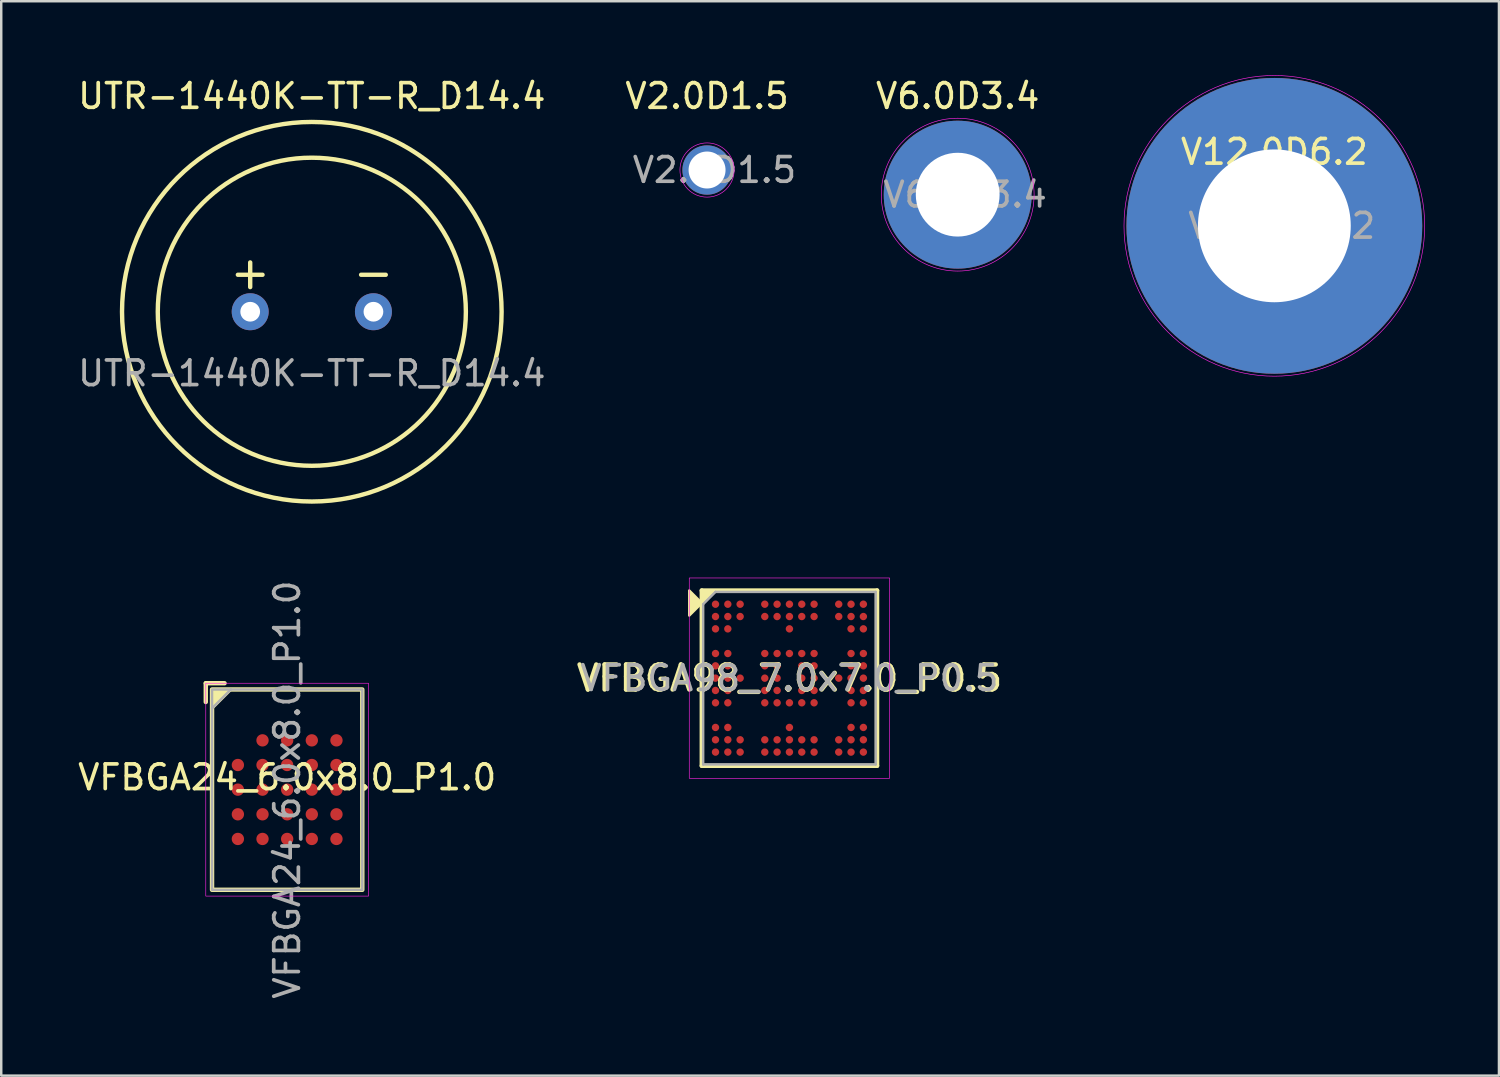
<source format=kicad_pcb>
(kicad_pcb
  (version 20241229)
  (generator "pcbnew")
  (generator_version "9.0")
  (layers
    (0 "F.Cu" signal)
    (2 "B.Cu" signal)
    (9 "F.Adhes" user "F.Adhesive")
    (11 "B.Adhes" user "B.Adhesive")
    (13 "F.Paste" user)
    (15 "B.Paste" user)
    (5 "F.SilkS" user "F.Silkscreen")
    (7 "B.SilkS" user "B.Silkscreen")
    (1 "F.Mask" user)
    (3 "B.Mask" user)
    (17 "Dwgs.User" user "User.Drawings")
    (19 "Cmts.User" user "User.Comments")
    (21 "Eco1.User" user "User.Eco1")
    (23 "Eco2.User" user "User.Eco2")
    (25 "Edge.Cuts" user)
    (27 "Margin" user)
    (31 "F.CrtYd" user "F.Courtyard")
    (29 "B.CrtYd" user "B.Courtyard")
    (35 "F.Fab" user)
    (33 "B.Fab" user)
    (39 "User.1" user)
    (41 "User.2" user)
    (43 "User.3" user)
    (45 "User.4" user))
  (footprint "VFBGA24_6.0x8.0_P1.0"
    (layer "F.Cu")
    (at 8.601 28.988)
    (property "Reference" "VFBGA24_6.0x8.0_P1.0" (at 0 -0.5 0) (unlocked yes) (layer "F.SilkS") (effects (font (size 1 1) (thickness 0.15))))
    (attr smd)
    (fp_line (start -3.302 -3.556) (end -3.302 -4.318) (stroke (width 0.178) (type solid)) (layer "F.SilkS"))
    (fp_line (start -2.54 -4.318) (end -3.302 -4.318) (stroke (width 0.178) (type solid)) (layer "F.SilkS"))
    (fp_rect (start -3.048 4.064) (end 3.048 -4.064) (stroke (width 0.178) (type solid)) (fill no) (layer "F.SilkS"))
    (fp_poly (pts (xy -3.048 -3.302) (xy -3.048 -4.064) (xy -2.286 -4.064)) (stroke (width 0.12) (type solid)) (fill yes) (layer "F.SilkS"))
    (fp_rect (start -3.302 4.318) (end 3.302 -4.318) (stroke (width 0.025) (type solid)) (fill no) (layer "F.CrtYd"))
    (fp_line (start -3.048 -3.302) (end -2.286 -4.064) (stroke (width 0.1) (type solid)) (layer "F.Fab"))
    (fp_rect (start -3.048 -4.064) (end 3.048 4.064) (stroke (width 0.1) (type solid)) (fill no) (layer "F.Fab"))
    (fp_text user "${REFERENCE}" (at 0 0 90) (unlocked yes) (layer "F.Fab") (effects (font (size 1 1) (thickness 0.15))))
    (pad "A2" smd circle (at -1 -2) (size 0.5 0.5) (layers "F.Cu" "F.Mask" "F.Paste"))
    (pad "A3" smd circle (at 0 -2) (size 0.5 0.5) (layers "F.Cu" "F.Mask" "F.Paste"))
    (pad "A4" smd circle (at 1 -2) (size 0.5 0.5) (layers "F.Cu" "F.Mask" "F.Paste"))
    (pad "A5" smd circle (at 2 -2) (size 0.5 0.5) (layers "F.Cu" "F.Mask" "F.Paste"))
    (pad "B1" smd circle (at -2 -1) (size 0.5 0.5) (layers "F.Cu" "F.Mask" "F.Paste"))
    (pad "B2" smd circle (at -1 -1) (size 0.5 0.5) (layers "F.Cu" "F.Mask" "F.Paste"))
    (pad "B3" smd circle (at 0 -1) (size 0.5 0.5) (layers "F.Cu" "F.Mask" "F.Paste"))
    (pad "B4" smd circle (at 1 -1) (size 0.5 0.5) (layers "F.Cu" "F.Mask" "F.Paste"))
    (pad "B5" smd circle (at 2 -1) (size 0.5 0.5) (layers "F.Cu" "F.Mask" "F.Paste"))
    (pad "C1" smd circle (at -2 0) (size 0.5 0.5) (layers "F.Cu" "F.Mask" "F.Paste"))
    (pad "C2" smd circle (at -1 0) (size 0.5 0.5) (layers "F.Cu" "F.Mask" "F.Paste"))
    (pad "C3" smd circle (at 0 0) (size 0.5 0.5) (layers "F.Cu" "F.Mask" "F.Paste"))
    (pad "C4" smd circle (at 1 0) (size 0.5 0.5) (layers "F.Cu" "F.Mask" "F.Paste"))
    (pad "C5" smd circle (at 2 0) (size 0.5 0.5) (layers "F.Cu" "F.Mask" "F.Paste"))
    (pad "D1" smd circle (at -2 1) (size 0.5 0.5) (layers "F.Cu" "F.Mask" "F.Paste"))
    (pad "D2" smd circle (at -1 1) (size 0.5 0.5) (layers "F.Cu" "F.Mask" "F.Paste"))
    (pad "D3" smd circle (at 0 1) (size 0.5 0.5) (layers "F.Cu" "F.Mask" "F.Paste"))
    (pad "D4" smd circle (at 1 1) (size 0.5 0.5) (layers "F.Cu" "F.Mask" "F.Paste"))
    (pad "D5" smd circle (at 2 1) (size 0.5 0.5) (layers "F.Cu" "F.Mask" "F.Paste"))
    (pad "E1" smd circle (at -2 2) (size 0.5 0.5) (layers "F.Cu" "F.Mask" "F.Paste"))
    (pad "E2" smd circle (at -1 2) (size 0.5 0.5) (layers "F.Cu" "F.Mask" "F.Paste"))
    (pad "E3" smd circle (at 0 2) (size 0.5 0.5) (layers "F.Cu" "F.Mask" "F.Paste"))
    (pad "E4" smd circle (at 1 2) (size 0.5 0.5) (layers "F.Cu" "F.Mask" "F.Paste"))
    (pad "E5" smd circle (at 2 2) (size 0.5 0.5) (layers "F.Cu" "F.Mask" "F.Paste")))
  (footprint "V6.0D3.4"
    (layer "F.Cu")
    (at 35.806 4.848)
    (property "Reference" "V6.0D3.4" (at 0 -4 0) (layer "F.SilkS") (effects (font (size 1 1) (thickness 0.15))))
    (attr through_hole)
    (fp_circle (center 0 0) (end 3.1 0) (stroke (width 0.025) (type solid)) (fill no) (layer "F.CrtYd"))
    (fp_text user "${REFERENCE}" (at 0.3 0 0) (layer "F.Fab") (effects (font (size 1 1) (thickness 0.15))))
    (pad "1" thru_hole circle (at 0 0) (size 6 6) (drill 3.4) (layers "*.Cu" "*.Mask")))
  (footprint "UTR-1440K-TT-R_D14.4"
    (layer "F.Cu")
    (at 9.601 9.598)
    (property "Reference" "UTR-1440K-TT-R_D14.4" (at 0 -8.75 0) (unlocked yes) (layer "F.SilkS") (effects (font (size 1 1) (thickness 0.15))))
    (attr through_hole)
    (fp_line (start -3 -1.5) (end -2 -1.5) (stroke (width 0.178) (type solid)) (layer "F.SilkS"))
    (fp_line (start -2.5 -2) (end -2.5 -1) (stroke (width 0.178) (type solid)) (layer "F.SilkS"))
    (fp_line (start 2 -1.5) (end 3 -1.5) (stroke (width 0.178) (type solid)) (layer "F.SilkS"))
    (fp_circle (center 0 0) (end 6.25 0) (stroke (width 0.178) (type solid)) (fill no) (layer "F.SilkS"))
    (fp_circle (center 0 0) (end 7.7 0) (stroke (width 0.178) (type solid)) (fill no) (layer "F.SilkS"))
    (fp_text user "${REFERENCE}" (at 0 2.5 0) (unlocked yes) (layer "F.Fab") (effects (font (size 1 1) (thickness 0.15))))
    (pad "N" thru_hole circle (at 2.5 0) (size 1.5 1.5) (drill 0.8) (layers "*.Cu" "*.Mask"))
    (pad "P" thru_hole circle (at -2.5 0) (size 1.5 1.5) (drill 0.8) (layers "*.Cu" "*.Mask")))
  (footprint "V2.0D1.5"
    (layer "F.Cu")
    (at 25.637 3.848)
    (property "Reference" "V2.0D1.5" (at 0 -3 0) (layer "F.SilkS") (effects (font (size 1 1) (thickness 0.15))))
    (attr through_hole)
    (fp_circle (center 0 0) (end 1.1 0) (stroke (width 0.025) (type solid)) (fill no) (layer "F.CrtYd"))
    (fp_text user "${REFERENCE}" (at 0.3 0 0) (layer "F.Fab") (effects (font (size 1 1) (thickness 0.15))))
    (pad "1" thru_hole circle (at 0 0) (size 2 2) (drill 1.5) (layers "*.Cu" "*.Mask")))
  (footprint "V12.0D6.2"
    (layer "F.Cu")
    (at 48.653 6.113)
    (property "Reference" "V12.0D6.2" (at 0 -3 0) (layer "F.SilkS") (effects (font (size 1 1) (thickness 0.15))))
    (attr through_hole)
    (fp_circle (center 0 0) (end 6.1 0) (stroke (width 0.025) (type solid)) (fill no) (layer "F.CrtYd"))
    (fp_text user "${REFERENCE}" (at 0.3 0 0) (layer "F.Fab") (effects (font (size 1 1) (thickness 0.15))))
    (pad "1" thru_hole circle (at 0 0) (size 12 12) (drill 6.2) (layers "*.Cu" "*.Mask")))
  (footprint "VFBGA98_7.0x7.0_P0.5"
    (layer "F.Cu")
    (at 28.979 24.464)
    (property "Reference" "VFBGA98_7.0x7.0_P0.5" (at 0 0 0) (layer "F.SilkS") (effects (font (size 1.016 1.016) (thickness 0.178))))
    (attr smd)
    (fp_line (start -3.556 3.556) (end -3.556 -3.556) (stroke (width 0.178) (type solid)) (layer "F.SilkS"))
    (fp_line (start -3.556 3.556) (end 3.556 3.556) (stroke (width 0.178) (type solid)) (layer "F.SilkS"))
    (fp_line (start 3.556 -3.556) (end -3.556 -3.556) (stroke (width 0.178) (type solid)) (layer "F.SilkS"))
    (fp_line (start 3.556 -3.556) (end 3.556 3.556) (stroke (width 0.178) (type solid)) (layer "F.SilkS"))
    (fp_poly (pts (xy -3.556 -3.048) (xy -4.064 -2.54) (xy -4.064 -3.556)) (stroke (width 0.1) (type solid)) (fill yes) (layer "F.SilkS"))
    (fp_poly (pts (xy -3.556 -3.048) (xy -3.556 -3.556) (xy -3.048 -3.556)) (stroke (width 0.1) (type solid)) (fill yes) (layer "F.SilkS"))
    (fp_rect (start -4.064 -4.064) (end 4.064 4.064) (stroke (width 0.025) (type solid)) (fill no) (layer "F.CrtYd"))
    (fp_line (start -3.5 -3) (end -3.5 3.5) (stroke (width 0.1) (type solid)) (layer "F.Fab"))
    (fp_line (start -3.5 -3) (end -3 -3.5) (stroke (width 0.1) (type solid)) (layer "F.Fab"))
    (fp_line (start -3.5 3.5) (end 3.5 3.5) (stroke (width 0.1) (type solid)) (layer "F.Fab"))
    (fp_line (start -3 -3.5) (end 3.5 -3.5) (stroke (width 0.1) (type solid)) (layer "F.Fab"))
    (fp_line (start 3.5 -3.5) (end 3.5 3.5) (stroke (width 0.1) (type solid)) (layer "F.Fab"))
    (fp_text user "${REFERENCE}" (at 0 0 0) (layer "F.Fab") (effects (font (size 1 1) (thickness 0.15))))
    (pad "A1" smd circle (at -3 -3) (size 0.3 0.3) (layers "F.Cu" "F.Mask" "F.Paste"))
    (pad "A2" smd circle (at -2.5 -3) (size 0.3 0.3) (layers "F.Cu" "F.Mask" "F.Paste"))
    (pad "A3" smd circle (at -2 -3) (size 0.3 0.3) (layers "F.Cu" "F.Mask" "F.Paste"))
    (pad "A5" smd circle (at -1 -3) (size 0.3 0.3) (layers "F.Cu" "F.Mask" "F.Paste"))
    (pad "A6" smd circle (at -0.5 -3) (size 0.3 0.3) (layers "F.Cu" "F.Mask" "F.Paste"))
    (pad "A7" smd circle (at 0 -3) (size 0.3 0.3) (layers "F.Cu" "F.Mask" "F.Paste"))
    (pad "A8" smd circle (at 0.5 -3) (size 0.3 0.3) (layers "F.Cu" "F.Mask" "F.Paste"))
    (pad "A9" smd circle (at 1 -3) (size 0.3 0.3) (layers "F.Cu" "F.Mask" "F.Paste"))
    (pad "A11" smd circle (at 2 -3) (size 0.3 0.3) (layers "F.Cu" "F.Mask" "F.Paste"))
    (pad "A12" smd circle (at 2.5 -3) (size 0.3 0.3) (layers "F.Cu" "F.Mask" "F.Paste"))
    (pad "A13" smd circle (at 3 -3) (size 0.3 0.3) (layers "F.Cu" "F.Mask" "F.Paste"))
    (pad "B1" smd circle (at -3 -2.5) (size 0.3 0.3) (layers "F.Cu" "F.Mask" "F.Paste"))
    (pad "B2" smd circle (at -2.5 -2.5) (size 0.3 0.3) (layers "F.Cu" "F.Mask" "F.Paste"))
    (pad "B3" smd circle (at -2 -2.5) (size 0.3 0.3) (layers "F.Cu" "F.Mask" "F.Paste"))
    (pad "B5" smd circle (at -1 -2.5) (size 0.3 0.3) (layers "F.Cu" "F.Mask" "F.Paste"))
    (pad "B6" smd circle (at -0.5 -2.5) (size 0.3 0.3) (layers "F.Cu" "F.Mask" "F.Paste"))
    (pad "B7" smd circle (at 0 -2.5) (size 0.3 0.3) (layers "F.Cu" "F.Mask" "F.Paste"))
    (pad "B8" smd circle (at 0.5 -2.5) (size 0.3 0.3) (layers "F.Cu" "F.Mask" "F.Paste"))
    (pad "B9" smd circle (at 1 -2.5) (size 0.3 0.3) (layers "F.Cu" "F.Mask" "F.Paste"))
    (pad "B11" smd circle (at 2 -2.5) (size 0.3 0.3) (layers "F.Cu" "F.Mask" "F.Paste"))
    (pad "B12" smd circle (at 2.5 -2.5) (size 0.3 0.3) (layers "F.Cu" "F.Mask" "F.Paste"))
    (pad "B13" smd circle (at 3 -2.5) (size 0.3 0.3) (layers "F.Cu" "F.Mask" "F.Paste"))
    (pad "C1" smd circle (at -3 -2) (size 0.3 0.3) (layers "F.Cu" "F.Mask" "F.Paste"))
    (pad "C2" smd circle (at -2.5 -2) (size 0.3 0.3) (layers "F.Cu" "F.Mask" "F.Paste"))
    (pad "C7" smd circle (at 0 -2) (size 0.3 0.3) (layers "F.Cu" "F.Mask" "F.Paste"))
    (pad "C12" smd circle (at 2.5 -2) (size 0.3 0.3) (layers "F.Cu" "F.Mask" "F.Paste"))
    (pad "C13" smd circle (at 3 -2) (size 0.3 0.3) (layers "F.Cu" "F.Mask" "F.Paste"))
    (pad "E1" smd circle (at -3 -1) (size 0.3 0.3) (layers "F.Cu" "F.Mask" "F.Paste"))
    (pad "E2" smd circle (at -2.5 -1) (size 0.3 0.3) (layers "F.Cu" "F.Mask" "F.Paste"))
    (pad "E5" smd circle (at -1 -1) (size 0.3 0.3) (layers "F.Cu" "F.Mask" "F.Paste"))
    (pad "E6" smd circle (at -0.5 -1) (size 0.3 0.3) (layers "F.Cu" "F.Mask" "F.Paste"))
    (pad "E7" smd circle (at 0 -1) (size 0.3 0.3) (layers "F.Cu" "F.Mask" "F.Paste"))
    (pad "E8" smd circle (at 0.5 -1) (size 0.3 0.3) (layers "F.Cu" "F.Mask" "F.Paste"))
    (pad "E9" smd circle (at 1 -1) (size 0.3 0.3) (layers "F.Cu" "F.Mask" "F.Paste"))
    (pad "E12" smd circle (at 2.5 -1) (size 0.3 0.3) (layers "F.Cu" "F.Mask" "F.Paste"))
    (pad "E13" smd circle (at 3 -1) (size 0.3 0.3) (layers "F.Cu" "F.Mask" "F.Paste"))
    (pad "F1" smd circle (at -3 -0.5) (size 0.3 0.3) (layers "F.Cu" "F.Mask" "F.Paste"))
    (pad "F2" smd circle (at -2.5 -0.5) (size 0.3 0.3) (layers "F.Cu" "F.Mask" "F.Paste"))
    (pad "F5" smd circle (at -1 -0.5) (size 0.3 0.3) (layers "F.Cu" "F.Mask" "F.Paste"))
    (pad "F6" smd circle (at -0.5 -0.5) (size 0.3 0.3) (layers "F.Cu" "F.Mask" "F.Paste"))
    (pad "F8" smd circle (at 0.5 -0.5) (size 0.3 0.3) (layers "F.Cu" "F.Mask" "F.Paste"))
    (pad "F9" smd circle (at 1 -0.5) (size 0.3 0.3) (layers "F.Cu" "F.Mask" "F.Paste"))
    (pad "F12" smd circle (at 2.5 -0.5) (size 0.3 0.3) (layers "F.Cu" "F.Mask" "F.Paste"))
    (pad "F13" smd circle (at 3 -0.5) (size 0.3 0.3) (layers "F.Cu" "F.Mask" "F.Paste"))
    (pad "G1" smd circle (at -3 0) (size 0.3 0.3) (layers "F.Cu" "F.Mask" "F.Paste"))
    (pad "G2" smd circle (at -2.5 0) (size 0.3 0.3) (layers "F.Cu" "F.Mask" "F.Paste"))
    (pad "G3" smd circle (at -2 0) (size 0.3 0.3) (layers "F.Cu" "F.Mask" "F.Paste"))
    (pad "G5" smd circle (at -1 0) (size 0.3 0.3) (layers "F.Cu" "F.Mask" "F.Paste"))
    (pad "G6" smd circle (at -0.5 0) (size 0.3 0.3) (layers "F.Cu" "F.Mask" "F.Paste"))
    (pad "G8" smd circle (at 0.5 0) (size 0.3 0.3) (layers "F.Cu" "F.Mask" "F.Paste"))
    (pad "G9" smd circle (at 1 0) (size 0.3 0.3) (layers "F.Cu" "F.Mask" "F.Paste"))
    (pad "G11" smd circle (at 2 0) (size 0.3 0.3) (layers "F.Cu" "F.Mask" "F.Paste"))
    (pad "G12" smd circle (at 2.5 0) (size 0.3 0.3) (layers "F.Cu" "F.Mask" "F.Paste"))
    (pad "G13" smd circle (at 3 0) (size 0.3 0.3) (layers "F.Cu" "F.Mask" "F.Paste"))
    (pad "H1" smd circle (at -3 0.5) (size 0.3 0.3) (layers "F.Cu" "F.Mask" "F.Paste"))
    (pad "H2" smd circle (at -2.5 0.5) (size 0.3 0.3) (layers "F.Cu" "F.Mask" "F.Paste"))
    (pad "H5" smd circle (at -1 0.5) (size 0.3 0.3) (layers "F.Cu" "F.Mask" "F.Paste"))
    (pad "H6" smd circle (at -0.5 0.5) (size 0.3 0.3) (layers "F.Cu" "F.Mask" "F.Paste"))
    (pad "H8" smd circle (at 0.5 0.5) (size 0.3 0.3) (layers "F.Cu" "F.Mask" "F.Paste"))
    (pad "H9" smd circle (at 1 0.5) (size 0.3 0.3) (layers "F.Cu" "F.Mask" "F.Paste"))
    (pad "H12" smd circle (at 2.5 0.5) (size 0.3 0.3) (layers "F.Cu" "F.Mask" "F.Paste"))
    (pad "H13" smd circle (at 3 0.5) (size 0.3 0.3) (layers "F.Cu" "F.Mask" "F.Paste"))
    (pad "J1" smd circle (at -3 1) (size 0.3 0.3) (layers "F.Cu" "F.Mask" "F.Paste"))
    (pad "J2" smd circle (at -2.5 1) (size 0.3 0.3) (layers "F.Cu" "F.Mask" "F.Paste"))
    (pad "J5" smd circle (at -1 1) (size 0.3 0.3) (layers "F.Cu" "F.Mask" "F.Paste"))
    (pad "J6" smd circle (at -0.5 1) (size 0.3 0.3) (layers "F.Cu" "F.Mask" "F.Paste"))
    (pad "J7" smd circle (at 0 1) (size 0.3 0.3) (layers "F.Cu" "F.Mask" "F.Paste"))
    (pad "J8" smd circle (at 0.5 1) (size 0.3 0.3) (layers "F.Cu" "F.Mask" "F.Paste"))
    (pad "J9" smd circle (at 1 1) (size 0.3 0.3) (layers "F.Cu" "F.Mask" "F.Paste"))
    (pad "J12" smd circle (at 2.5 1) (size 0.3 0.3) (layers "F.Cu" "F.Mask" "F.Paste"))
    (pad "J13" smd circle (at 3 1) (size 0.3 0.3) (layers "F.Cu" "F.Mask" "F.Paste"))
    (pad "L1" smd circle (at -3 2) (size 0.3 0.3) (layers "F.Cu" "F.Mask" "F.Paste"))
    (pad "L2" smd circle (at -2.5 2) (size 0.3 0.3) (layers "F.Cu" "F.Mask" "F.Paste"))
    (pad "L7" smd circle (at 0 2) (size 0.3 0.3) (layers "F.Cu" "F.Mask" "F.Paste"))
    (pad "L12" smd circle (at 2.5 2) (size 0.3 0.3) (layers "F.Cu" "F.Mask" "F.Paste"))
    (pad "L13" smd circle (at 3 2) (size 0.3 0.3) (layers "F.Cu" "F.Mask" "F.Paste"))
    (pad "M1" smd circle (at -3 2.5) (size 0.3 0.3) (layers "F.Cu" "F.Mask" "F.Paste"))
    (pad "M2" smd circle (at -2.5 2.5) (size 0.3 0.3) (layers "F.Cu" "F.Mask" "F.Paste"))
    (pad "M3" smd circle (at -2 2.5) (size 0.3 0.3) (layers "F.Cu" "F.Mask" "F.Paste"))
    (pad "M5" smd circle (at -1 2.5) (size 0.3 0.3) (layers "F.Cu" "F.Mask" "F.Paste"))
    (pad "M6" smd circle (at -0.5 2.5) (size 0.3 0.3) (layers "F.Cu" "F.Mask" "F.Paste"))
    (pad "M7" smd circle (at 0 2.5) (size 0.3 0.3) (layers "F.Cu" "F.Mask" "F.Paste"))
    (pad "M8" smd circle (at 0.5 2.5) (size 0.3 0.3) (layers "F.Cu" "F.Mask" "F.Paste"))
    (pad "M9" smd circle (at 1 2.5) (size 0.3 0.3) (layers "F.Cu" "F.Mask" "F.Paste"))
    (pad "M11" smd circle (at 2 2.5) (size 0.3 0.3) (layers "F.Cu" "F.Mask" "F.Paste"))
    (pad "M12" smd circle (at 2.5 2.5) (size 0.3 0.3) (layers "F.Cu" "F.Mask" "F.Paste"))
    (pad "M13" smd circle (at 3 2.5) (size 0.3 0.3) (layers "F.Cu" "F.Mask" "F.Paste"))
    (pad "N1" smd circle (at -3 3) (size 0.3 0.3) (layers "F.Cu" "F.Mask" "F.Paste"))
    (pad "N2" smd circle (at -2.5 3) (size 0.3 0.3) (layers "F.Cu" "F.Mask" "F.Paste"))
    (pad "N3" smd circle (at -2 3) (size 0.3 0.3) (layers "F.Cu" "F.Mask" "F.Paste"))
    (pad "N5" smd circle (at -1 3) (size 0.3 0.3) (layers "F.Cu" "F.Mask" "F.Paste"))
    (pad "N6" smd circle (at -0.5 3) (size 0.3 0.3) (layers "F.Cu" "F.Mask" "F.Paste"))
    (pad "N7" smd circle (at 0 3) (size 0.3 0.3) (layers "F.Cu" "F.Mask" "F.Paste"))
    (pad "N8" smd circle (at 0.5 3) (size 0.3 0.3) (layers "F.Cu" "F.Mask" "F.Paste"))
    (pad "N9" smd circle (at 1 3) (size 0.3 0.3) (layers "F.Cu" "F.Mask" "F.Paste"))
    (pad "N11" smd circle (at 2 3) (size 0.3 0.3) (layers "F.Cu" "F.Mask" "F.Paste"))
    (pad "N12" smd circle (at 2.5 3) (size 0.3 0.3) (layers "F.Cu" "F.Mask" "F.Paste"))
    (pad "N13" smd circle (at 3 3) (size 0.3 0.3) (layers "F.Cu" "F.Mask" "F.Paste")))
  (gr_rect
    (start -3 -3)
    (end 57.766 40.59)
    (stroke (width 0.1) (type default))
    (fill no)
    (layer "Edge.Cuts")))
</source>
